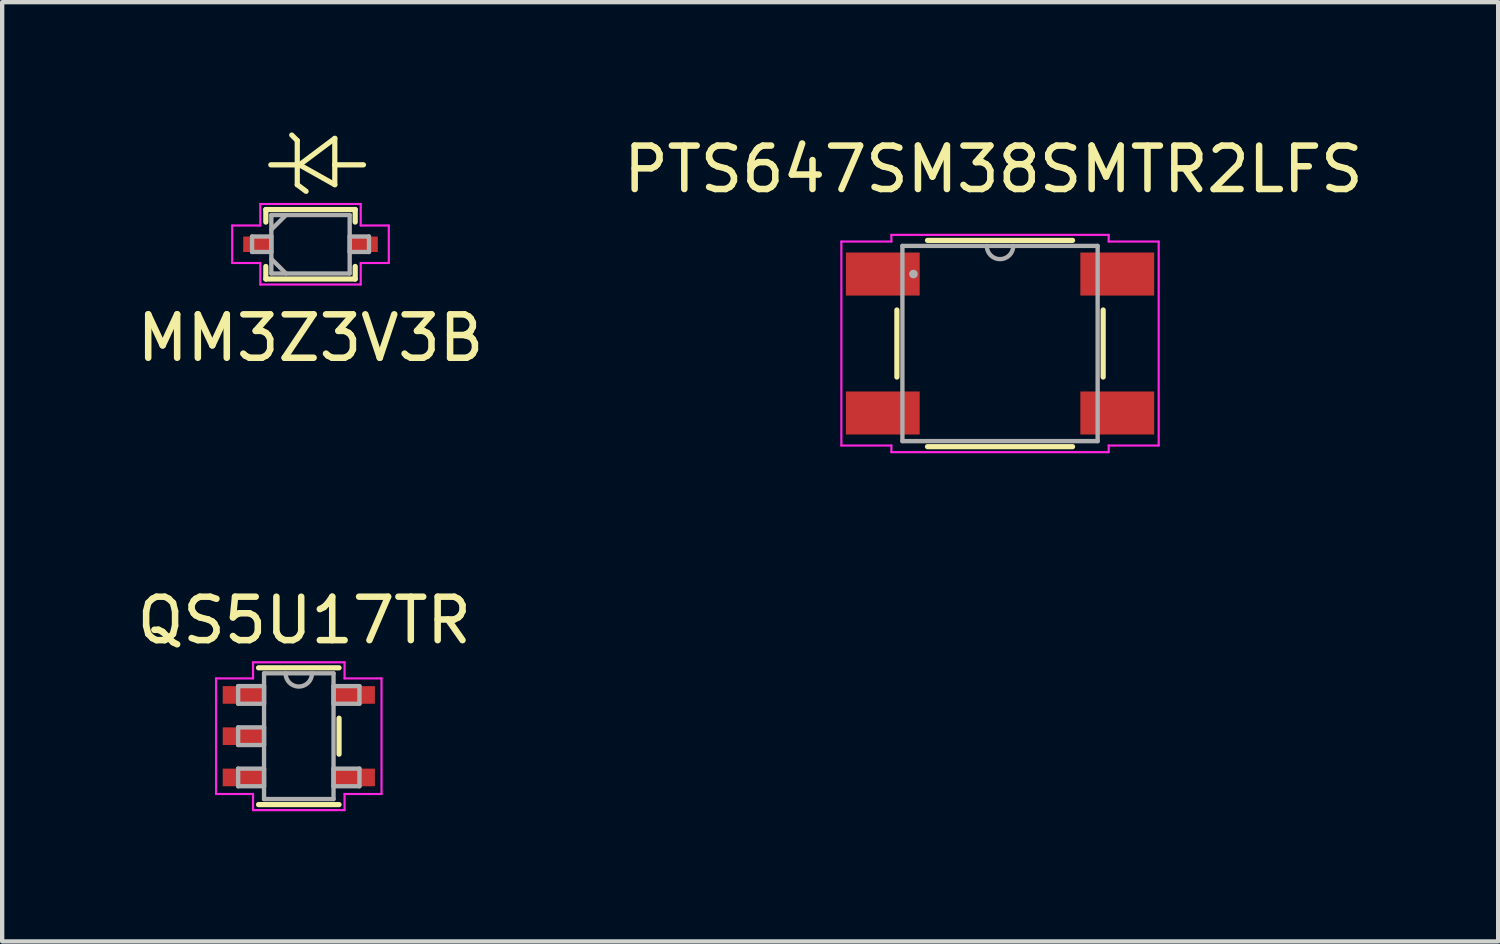
<source format=kicad_pcb>
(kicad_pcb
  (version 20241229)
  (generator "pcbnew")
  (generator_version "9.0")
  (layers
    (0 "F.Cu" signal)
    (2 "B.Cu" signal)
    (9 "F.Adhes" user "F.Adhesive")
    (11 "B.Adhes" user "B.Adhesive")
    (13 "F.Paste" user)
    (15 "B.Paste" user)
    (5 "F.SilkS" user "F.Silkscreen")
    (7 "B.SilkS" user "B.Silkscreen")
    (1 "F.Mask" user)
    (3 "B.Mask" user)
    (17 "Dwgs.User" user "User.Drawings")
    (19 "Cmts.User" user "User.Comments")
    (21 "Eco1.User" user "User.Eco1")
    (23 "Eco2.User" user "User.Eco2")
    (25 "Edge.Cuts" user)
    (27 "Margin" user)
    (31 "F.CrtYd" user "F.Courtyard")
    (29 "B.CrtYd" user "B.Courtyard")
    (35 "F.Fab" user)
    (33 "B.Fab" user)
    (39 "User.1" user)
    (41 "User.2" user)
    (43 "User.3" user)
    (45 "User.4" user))
  (footprint "QS5U17TR"
    (layer "F.Cu")
    (at 3.831 13.904)
    (property "Reference" "QS5U17TR" (at 0.127 -2.667 0) (layer "F.SilkS") (effects (font (size 1 1) (thickness 0.15))))
    (attr through_hole)
    (fp_line (start -0.927 1.575) (end 0.927 1.575) (stroke (width 0.12) (type solid)) (layer "F.SilkS"))
    (fp_line (start 0.927 -1.575) (end -0.927 -1.575) (stroke (width 0.12) (type solid)) (layer "F.SilkS"))
    (fp_line (start 0.927 0.414) (end 0.927 -0.414) (stroke (width 0.12) (type solid)) (layer "F.SilkS"))
    (fp_line (start -1.905 -1.331) (end -1.054 -1.331) (stroke (width 0.05) (type solid)) (layer "F.CrtYd"))
    (fp_line (start -1.905 1.331) (end -1.905 -1.331) (stroke (width 0.05) (type solid)) (layer "F.CrtYd"))
    (fp_line (start -1.054 -1.702) (end 1.054 -1.702) (stroke (width 0.05) (type solid)) (layer "F.CrtYd"))
    (fp_line (start -1.054 -1.331) (end -1.054 -1.702) (stroke (width 0.05) (type solid)) (layer "F.CrtYd"))
    (fp_line (start -1.054 1.331) (end -1.905 1.331) (stroke (width 0.05) (type solid)) (layer "F.CrtYd"))
    (fp_line (start -1.054 1.702) (end -1.054 1.331) (stroke (width 0.05) (type solid)) (layer "F.CrtYd"))
    (fp_line (start 1.054 -1.702) (end 1.054 -1.331) (stroke (width 0.05) (type solid)) (layer "F.CrtYd"))
    (fp_line (start 1.054 -1.331) (end 1.905 -1.331) (stroke (width 0.05) (type solid)) (layer "F.CrtYd"))
    (fp_line (start 1.054 1.331) (end 1.054 1.702) (stroke (width 0.05) (type solid)) (layer "F.CrtYd"))
    (fp_line (start 1.054 1.702) (end -1.054 1.702) (stroke (width 0.05) (type solid)) (layer "F.CrtYd"))
    (fp_line (start 1.905 -1.331) (end 1.905 1.331) (stroke (width 0.05) (type solid)) (layer "F.CrtYd"))
    (fp_line (start 1.905 1.331) (end 1.054 1.331) (stroke (width 0.05) (type solid)) (layer "F.CrtYd"))
    (fp_line (start -1.397 -1.153) (end -1.397 -0.747) (stroke (width 0.1) (type solid)) (layer "F.Fab"))
    (fp_line (start -1.397 -0.747) (end -0.8 -0.747) (stroke (width 0.1) (type solid)) (layer "F.Fab"))
    (fp_line (start -1.397 -0.203) (end -1.397 0.203) (stroke (width 0.1) (type solid)) (layer "F.Fab"))
    (fp_line (start -1.397 0.203) (end -0.8 0.203) (stroke (width 0.1) (type solid)) (layer "F.Fab"))
    (fp_line (start -1.397 0.747) (end -1.397 1.153) (stroke (width 0.1) (type solid)) (layer "F.Fab"))
    (fp_line (start -1.397 1.153) (end -0.8 1.153) (stroke (width 0.1) (type solid)) (layer "F.Fab"))
    (fp_line (start -0.8 -1.448) (end -0.8 1.448) (stroke (width 0.1) (type solid)) (layer "F.Fab"))
    (fp_line (start -0.8 -1.153) (end -1.397 -1.153) (stroke (width 0.1) (type solid)) (layer "F.Fab"))
    (fp_line (start -0.8 -0.747) (end -0.8 -1.153) (stroke (width 0.1) (type solid)) (layer "F.Fab"))
    (fp_line (start -0.8 -0.203) (end -1.397 -0.203) (stroke (width 0.1) (type solid)) (layer "F.Fab"))
    (fp_line (start -0.8 0.203) (end -0.8 -0.203) (stroke (width 0.1) (type solid)) (layer "F.Fab"))
    (fp_line (start -0.8 0.747) (end -1.397 0.747) (stroke (width 0.1) (type solid)) (layer "F.Fab"))
    (fp_line (start -0.8 1.153) (end -0.8 0.747) (stroke (width 0.1) (type solid)) (layer "F.Fab"))
    (fp_line (start -0.8 1.448) (end 0.8 1.448) (stroke (width 0.1) (type solid)) (layer "F.Fab"))
    (fp_line (start 0.8 -1.448) (end -0.8 -1.448) (stroke (width 0.1) (type solid)) (layer "F.Fab"))
    (fp_line (start 0.8 -1.153) (end 0.8 -0.747) (stroke (width 0.1) (type solid)) (layer "F.Fab"))
    (fp_line (start 0.8 -0.747) (end 1.397 -0.747) (stroke (width 0.1) (type solid)) (layer "F.Fab"))
    (fp_line (start 0.8 0.747) (end 0.8 1.153) (stroke (width 0.1) (type solid)) (layer "F.Fab"))
    (fp_line (start 0.8 1.153) (end 1.397 1.153) (stroke (width 0.1) (type solid)) (layer "F.Fab"))
    (fp_line (start 0.8 1.448) (end 0.8 -1.448) (stroke (width 0.1) (type solid)) (layer "F.Fab"))
    (fp_line (start 1.397 -1.153) (end 0.8 -1.153) (stroke (width 0.1) (type solid)) (layer "F.Fab"))
    (fp_line (start 1.397 -0.747) (end 1.397 -1.153) (stroke (width 0.1) (type solid)) (layer "F.Fab"))
    (fp_line (start 1.397 0.747) (end 0.8 0.747) (stroke (width 0.1) (type solid)) (layer "F.Fab"))
    (fp_line (start 1.397 1.153) (end 1.397 0.747) (stroke (width 0.1) (type solid)) (layer "F.Fab"))
    (fp_arc (start 0.3048 -1.4478) (mid 0 -1.143) (end -0.3048 -1.4478) (stroke (width 0.1) (type solid)) (layer "F.Fab"))
    (pad "1" smd rect (at -1.276 -0.95) (size 0.953 0.406) (layers "F.Cu" "F.Mask" "F.Paste"))
    (pad "2" smd rect (at -1.276 0) (size 0.953 0.406) (layers "F.Cu" "F.Mask" "F.Paste"))
    (pad "3" smd rect (at -1.276 0.95) (size 0.953 0.406) (layers "F.Cu" "F.Mask" "F.Paste"))
    (pad "4" smd rect (at 1.276 0.95) (size 0.953 0.406) (layers "F.Cu" "F.Mask" "F.Paste"))
    (pad "5" smd rect (at 1.276 -0.95) (size 0.953 0.406) (layers "F.Cu" "F.Mask" "F.Paste")))
  (footprint "PTS647SM38SMTR2LFS"
    (layer "F.Cu")
    (at 19.98 4.861)
    (property "Reference" "PTS647SM38SMTR2LFS" (at -0.152 -4.013 0) (layer "F.SilkS") (effects (font (size 1 1) (thickness 0.15))))
    (attr through_hole)
    (fp_line (start -2.375 -0.772) (end -2.375 0.772) (stroke (width 0.12) (type solid)) (layer "F.SilkS"))
    (fp_line (start -1.67 2.375) (end 1.67 2.375) (stroke (width 0.12) (type solid)) (layer "F.SilkS"))
    (fp_line (start 1.67 -2.375) (end -1.67 -2.375) (stroke (width 0.12) (type solid)) (layer "F.SilkS"))
    (fp_line (start 2.375 0.772) (end 2.375 -0.772) (stroke (width 0.12) (type solid)) (layer "F.SilkS"))
    (fp_line (start -3.654 -2.349) (end -2.502 -2.349) (stroke (width 0.05) (type solid)) (layer "F.CrtYd"))
    (fp_line (start -3.654 2.349) (end -3.654 -2.349) (stroke (width 0.05) (type solid)) (layer "F.CrtYd"))
    (fp_line (start -2.502 -2.502) (end 2.502 -2.502) (stroke (width 0.05) (type solid)) (layer "F.CrtYd"))
    (fp_line (start -2.502 -2.349) (end -2.502 -2.502) (stroke (width 0.05) (type solid)) (layer "F.CrtYd"))
    (fp_line (start -2.502 2.349) (end -3.654 2.349) (stroke (width 0.05) (type solid)) (layer "F.CrtYd"))
    (fp_line (start -2.502 2.502) (end -2.502 2.349) (stroke (width 0.05) (type solid)) (layer "F.CrtYd"))
    (fp_line (start 2.502 -2.502) (end 2.502 -2.349) (stroke (width 0.05) (type solid)) (layer "F.CrtYd"))
    (fp_line (start 2.502 -2.349) (end 3.654 -2.349) (stroke (width 0.05) (type solid)) (layer "F.CrtYd"))
    (fp_line (start 2.502 2.349) (end 2.502 2.502) (stroke (width 0.05) (type solid)) (layer "F.CrtYd"))
    (fp_line (start 2.502 2.502) (end -2.502 2.502) (stroke (width 0.05) (type solid)) (layer "F.CrtYd"))
    (fp_line (start 3.654 -2.349) (end 3.654 2.349) (stroke (width 0.05) (type solid)) (layer "F.CrtYd"))
    (fp_line (start 3.654 2.349) (end 2.502 2.349) (stroke (width 0.05) (type solid)) (layer "F.CrtYd"))
    (fp_line (start -2.248 -2.248) (end -2.248 2.248) (stroke (width 0.1) (type solid)) (layer "F.Fab"))
    (fp_line (start -2.248 2.248) (end 2.248 2.248) (stroke (width 0.1) (type solid)) (layer "F.Fab"))
    (fp_line (start 2.248 -2.248) (end -2.248 -2.248) (stroke (width 0.1) (type solid)) (layer "F.Fab"))
    (fp_line (start 2.248 2.248) (end 2.248 -2.248) (stroke (width 0.1) (type solid)) (layer "F.Fab"))
    (fp_arc (start 0.3048 -2.2479) (mid 0 -1.9431) (end -0.3048 -2.2479) (stroke (width 0.1) (type solid)) (layer "F.Fab"))
    (fp_circle (center -1.994 -1.6) (end -1.994 -1.6) (stroke (width 0.1) (type solid)) (fill no) (layer "F.Fab"))
    (pad "1" smd rect (at -2.7 -1.6) (size 1.7 0.991) (layers "F.Cu" "F.Mask" "F.Paste"))
    (pad "2" smd rect (at 2.7 -1.6) (size 1.7 0.991) (layers "F.Cu" "F.Mask" "F.Paste"))
    (pad "3" smd rect (at -2.7 1.6) (size 1.7 0.991) (layers "F.Cu" "F.Mask" "F.Paste"))
    (pad "4" smd rect (at 2.7 1.6) (size 1.7 0.991) (layers "F.Cu" "F.Mask" "F.Paste")))
  (footprint "MM3Z3V3B"
    (layer "F.Cu")
    (at 4.101 2.575)
    (property "Reference" "MM3Z3V3B" (at 0 2.159 0) (layer "F.SilkS") (effects (font (size 1 1) (thickness 0.15))))
    (attr through_hole)
    (fp_line (start -1.029 -0.8) (end -1.029 -0.511) (stroke (width 0.12) (type solid)) (layer "F.SilkS"))
    (fp_line (start -1.029 0.511) (end -1.029 0.8) (stroke (width 0.12) (type solid)) (layer "F.SilkS"))
    (fp_line (start -1.029 0.8) (end 1.029 0.8) (stroke (width 0.12) (type solid)) (layer "F.SilkS"))
    (fp_line (start -0.305 -2.388) (end -0.432 -2.515) (stroke (width 0.12) (type solid)) (layer "F.SilkS"))
    (fp_line (start -0.305 -2.388) (end -0.305 -1.372) (stroke (width 0.12) (type solid)) (layer "F.SilkS"))
    (fp_line (start -0.305 -1.372) (end -0.102 -1.219) (stroke (width 0.12) (type solid)) (layer "F.SilkS"))
    (fp_line (start -0.254 -1.829) (end -0.914 -1.829) (stroke (width 0.12) (type solid)) (layer "F.SilkS"))
    (fp_line (start 0.559 -2.438) (end -0.254 -1.829) (stroke (width 0.12) (type solid)) (layer "F.SilkS"))
    (fp_line (start 0.559 -1.829) (end 0.559 -2.438) (stroke (width 0.12) (type solid)) (layer "F.SilkS"))
    (fp_line (start 0.559 -1.829) (end 0.559 -1.372) (stroke (width 0.12) (type solid)) (layer "F.SilkS"))
    (fp_line (start 0.559 -1.372) (end -0.254 -1.829) (stroke (width 0.12) (type solid)) (layer "F.SilkS"))
    (fp_line (start 1.029 -0.8) (end -1.029 -0.8) (stroke (width 0.12) (type solid)) (layer "F.SilkS"))
    (fp_line (start 1.029 -0.511) (end 1.029 -0.8) (stroke (width 0.12) (type solid)) (layer "F.SilkS"))
    (fp_line (start 1.029 0.8) (end 1.029 0.511) (stroke (width 0.12) (type solid)) (layer "F.SilkS"))
    (fp_line (start 1.219 -1.829) (end 0.559 -1.829) (stroke (width 0.12) (type solid)) (layer "F.SilkS"))
    (fp_line (start -1.803 -0.432) (end -1.156 -0.432) (stroke (width 0.05) (type solid)) (layer "F.CrtYd"))
    (fp_line (start -1.803 0.432) (end -1.803 -0.432) (stroke (width 0.05) (type solid)) (layer "F.CrtYd"))
    (fp_line (start -1.156 -0.927) (end 1.156 -0.927) (stroke (width 0.05) (type solid)) (layer "F.CrtYd"))
    (fp_line (start -1.156 -0.432) (end -1.156 -0.927) (stroke (width 0.05) (type solid)) (layer "F.CrtYd"))
    (fp_line (start -1.156 0.432) (end -1.803 0.432) (stroke (width 0.05) (type solid)) (layer "F.CrtYd"))
    (fp_line (start -1.156 0.927) (end -1.156 0.432) (stroke (width 0.05) (type solid)) (layer "F.CrtYd"))
    (fp_line (start 1.156 -0.927) (end 1.156 -0.432) (stroke (width 0.05) (type solid)) (layer "F.CrtYd"))
    (fp_line (start 1.156 -0.432) (end 1.803 -0.432) (stroke (width 0.05) (type solid)) (layer "F.CrtYd"))
    (fp_line (start 1.156 0.432) (end 1.156 0.927) (stroke (width 0.05) (type solid)) (layer "F.CrtYd"))
    (fp_line (start 1.156 0.927) (end -1.156 0.927) (stroke (width 0.05) (type solid)) (layer "F.CrtYd"))
    (fp_line (start 1.803 -0.432) (end 1.803 0.432) (stroke (width 0.05) (type solid)) (layer "F.CrtYd"))
    (fp_line (start 1.803 0.432) (end 1.156 0.432) (stroke (width 0.05) (type solid)) (layer "F.CrtYd"))
    (fp_line (start -1.346 -0.178) (end -1.346 0.178) (stroke (width 0.1) (type solid)) (layer "F.Fab"))
    (fp_line (start -1.346 0.178) (end -0.902 0.178) (stroke (width 0.1) (type solid)) (layer "F.Fab"))
    (fp_line (start -0.902 -0.673) (end -0.902 0.673) (stroke (width 0.1) (type solid)) (layer "F.Fab"))
    (fp_line (start -0.902 -0.337) (end -0.565 -0.673) (stroke (width 0.1) (type solid)) (layer "F.Fab"))
    (fp_line (start -0.902 -0.178) (end -1.346 -0.178) (stroke (width 0.1) (type solid)) (layer "F.Fab"))
    (fp_line (start -0.902 0.178) (end -0.902 -0.178) (stroke (width 0.1) (type solid)) (layer "F.Fab"))
    (fp_line (start -0.902 0.337) (end -0.565 0.673) (stroke (width 0.1) (type solid)) (layer "F.Fab"))
    (fp_line (start -0.902 0.673) (end 0.902 0.673) (stroke (width 0.1) (type solid)) (layer "F.Fab"))
    (fp_line (start 0.902 -0.673) (end -0.902 -0.673) (stroke (width 0.1) (type solid)) (layer "F.Fab"))
    (fp_line (start 0.902 -0.178) (end 0.902 0.178) (stroke (width 0.1) (type solid)) (layer "F.Fab"))
    (fp_line (start 0.902 0.178) (end 1.346 0.178) (stroke (width 0.1) (type solid)) (layer "F.Fab"))
    (fp_line (start 0.902 0.673) (end 0.902 -0.673) (stroke (width 0.1) (type solid)) (layer "F.Fab"))
    (fp_line (start 1.346 -0.178) (end 0.902 -0.178) (stroke (width 0.1) (type solid)) (layer "F.Fab"))
    (fp_line (start 1.346 0.178) (end 1.346 -0.178) (stroke (width 0.1) (type solid)) (layer "F.Fab"))
    (pad "1" smd rect (at -1.226 0) (size 0.648 0.356) (layers "F.Cu" "F.Mask" "F.Paste"))
    (pad "2" smd rect (at 1.226 0) (size 0.648 0.356) (layers "F.Cu" "F.Mask" "F.Paste")))
  (gr_rect
    (start -3 -3)
    (end 31.452 18.63)
    (stroke (width 0.1) (type default))
    (fill no)
    (layer "Edge.Cuts")))
</source>
